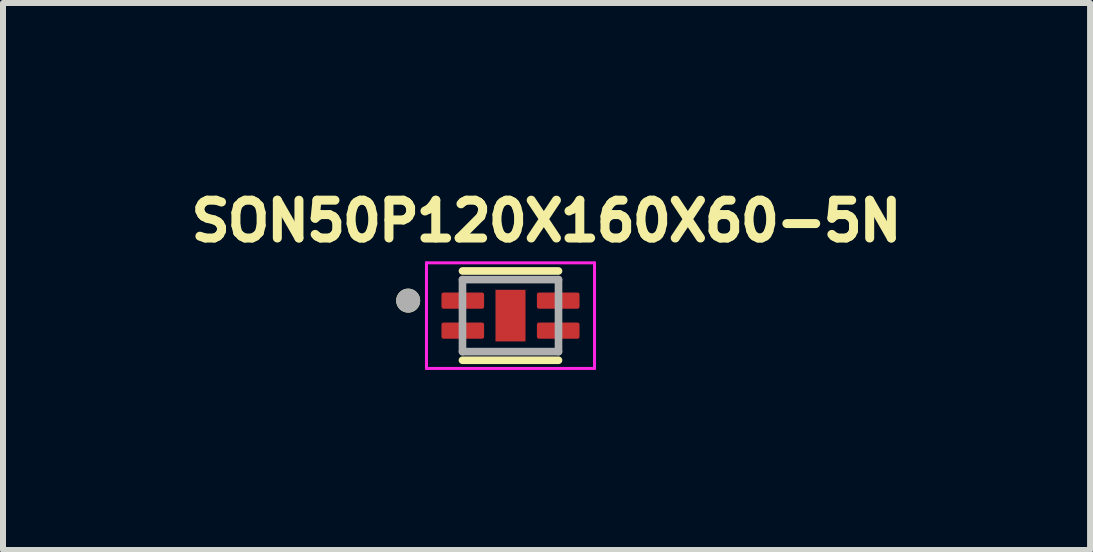
<source format=kicad_pcb>
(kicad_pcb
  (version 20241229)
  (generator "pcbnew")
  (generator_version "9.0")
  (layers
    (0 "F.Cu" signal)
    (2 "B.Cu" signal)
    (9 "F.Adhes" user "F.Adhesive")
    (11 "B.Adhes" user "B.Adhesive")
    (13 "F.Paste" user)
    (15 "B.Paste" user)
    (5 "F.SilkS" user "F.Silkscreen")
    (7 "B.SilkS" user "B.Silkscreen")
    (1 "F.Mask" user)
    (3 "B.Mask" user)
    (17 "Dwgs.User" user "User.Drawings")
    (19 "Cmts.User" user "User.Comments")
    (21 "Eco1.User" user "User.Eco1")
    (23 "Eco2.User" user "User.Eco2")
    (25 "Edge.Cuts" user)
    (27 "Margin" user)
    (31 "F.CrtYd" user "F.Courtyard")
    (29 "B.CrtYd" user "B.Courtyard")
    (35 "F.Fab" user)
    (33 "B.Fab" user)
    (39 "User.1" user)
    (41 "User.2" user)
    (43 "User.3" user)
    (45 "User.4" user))
  (footprint "SON50P120X160X60-5N"
    (layer "F.Cu")
    (at 5.456 2.209)
    (property "Reference" "SON50P120X160X60-5N" (at 0.6 -1.577 0) (layer "F.SilkS") (effects (font (size 0.63 0.63) (thickness 0.15))))
    (attr smd)
    (fp_poly (pts (xy -1.2 -0.435) (xy -0.39 -0.435) (xy -0.39 -0.065) (xy -1.2 -0.065)) (stroke (width 0.01) (type solid)) (fill yes) (layer "F.Mask"))
    (fp_poly (pts (xy -1.2 0.065) (xy -0.39 0.065) (xy -0.39 0.435) (xy -1.2 0.435)) (stroke (width 0.01) (type solid)) (fill yes) (layer "F.Mask"))
    (fp_poly (pts (xy -0.3 -0.48) (xy 0.3 -0.48) (xy 0.3 0.48) (xy -0.3 0.48)) (stroke (width 0.01) (type solid)) (fill yes) (layer "F.Mask"))
    (fp_poly (pts (xy 0.39 -0.435) (xy 1.2 -0.435) (xy 1.2 -0.065) (xy 0.39 -0.065)) (stroke (width 0.01) (type solid)) (fill yes) (layer "F.Mask"))
    (fp_poly (pts (xy 0.39 0.065) (xy 1.2 0.065) (xy 1.2 0.435) (xy 0.39 0.435)) (stroke (width 0.01) (type solid)) (fill yes) (layer "F.Mask"))
    (fp_line (start -0.8 -0.744) (end 0.8 -0.744) (stroke (width 0.127) (type solid)) (layer "F.SilkS"))
    (fp_line (start -0.8 0.744) (end 0.8 0.744) (stroke (width 0.127) (type solid)) (layer "F.SilkS"))
    (fp_circle (center -1.705 -0.25) (end -1.605 -0.25) (stroke (width 0.2) (type solid)) (fill no) (layer "F.SilkS"))
    (fp_poly (pts (xy -0.16 -0.27) (xy 0.16 -0.27) (xy 0.16 0.27) (xy -0.16 0.27)) (stroke (width 0.01) (type solid)) (fill yes) (layer "F.Paste"))
    (fp_line (start -1.4 -0.88) (end -1.4 0.88) (stroke (width 0.05) (type solid)) (layer "F.CrtYd"))
    (fp_line (start -1.4 -0.88) (end 1.4 -0.88) (stroke (width 0.05) (type solid)) (layer "F.CrtYd"))
    (fp_line (start -1.4 0.88) (end 1.4 0.88) (stroke (width 0.05) (type solid)) (layer "F.CrtYd"))
    (fp_line (start 1.4 -0.88) (end 1.4 0.88) (stroke (width 0.05) (type solid)) (layer "F.CrtYd"))
    (fp_line (start -0.8 -0.6) (end -0.8 0.6) (stroke (width 0.127) (type solid)) (layer "F.Fab"))
    (fp_line (start -0.8 -0.6) (end 0.8 -0.6) (stroke (width 0.127) (type solid)) (layer "F.Fab"))
    (fp_line (start -0.8 0.6) (end 0.8 0.6) (stroke (width 0.127) (type solid)) (layer "F.Fab"))
    (fp_line (start 0.8 -0.6) (end 0.8 0.6) (stroke (width 0.127) (type solid)) (layer "F.Fab"))
    (fp_circle (center -1.705 -0.25) (end -1.605 -0.25) (stroke (width 0.2) (type solid)) (fill no) (layer "F.Fab"))
    (pad "1" smd roundrect (at -0.795 -0.25) (size 0.71 0.27) (layers "F.Cu" "F.Paste") (roundrect_rratio 0.125))
    (pad "2" smd roundrect (at -0.795 0.25) (size 0.71 0.27) (layers "F.Cu" "F.Paste") (roundrect_rratio 0.125))
    (pad "3" smd roundrect (at 0.795 0.25) (size 0.71 0.27) (layers "F.Cu" "F.Paste") (roundrect_rratio 0.125))
    (pad "4" smd roundrect (at 0.795 -0.25) (size 0.71 0.27) (layers "F.Cu" "F.Paste") (roundrect_rratio 0.125))
    (pad "5" smd rect (at 0 0) (size 0.5 0.86) (layers "F.Cu")))
  (gr_rect
    (start -3 -3)
    (end 15.113 6.114)
    (stroke (width 0.1) (type default))
    (fill no)
    (layer "Edge.Cuts")))
</source>
